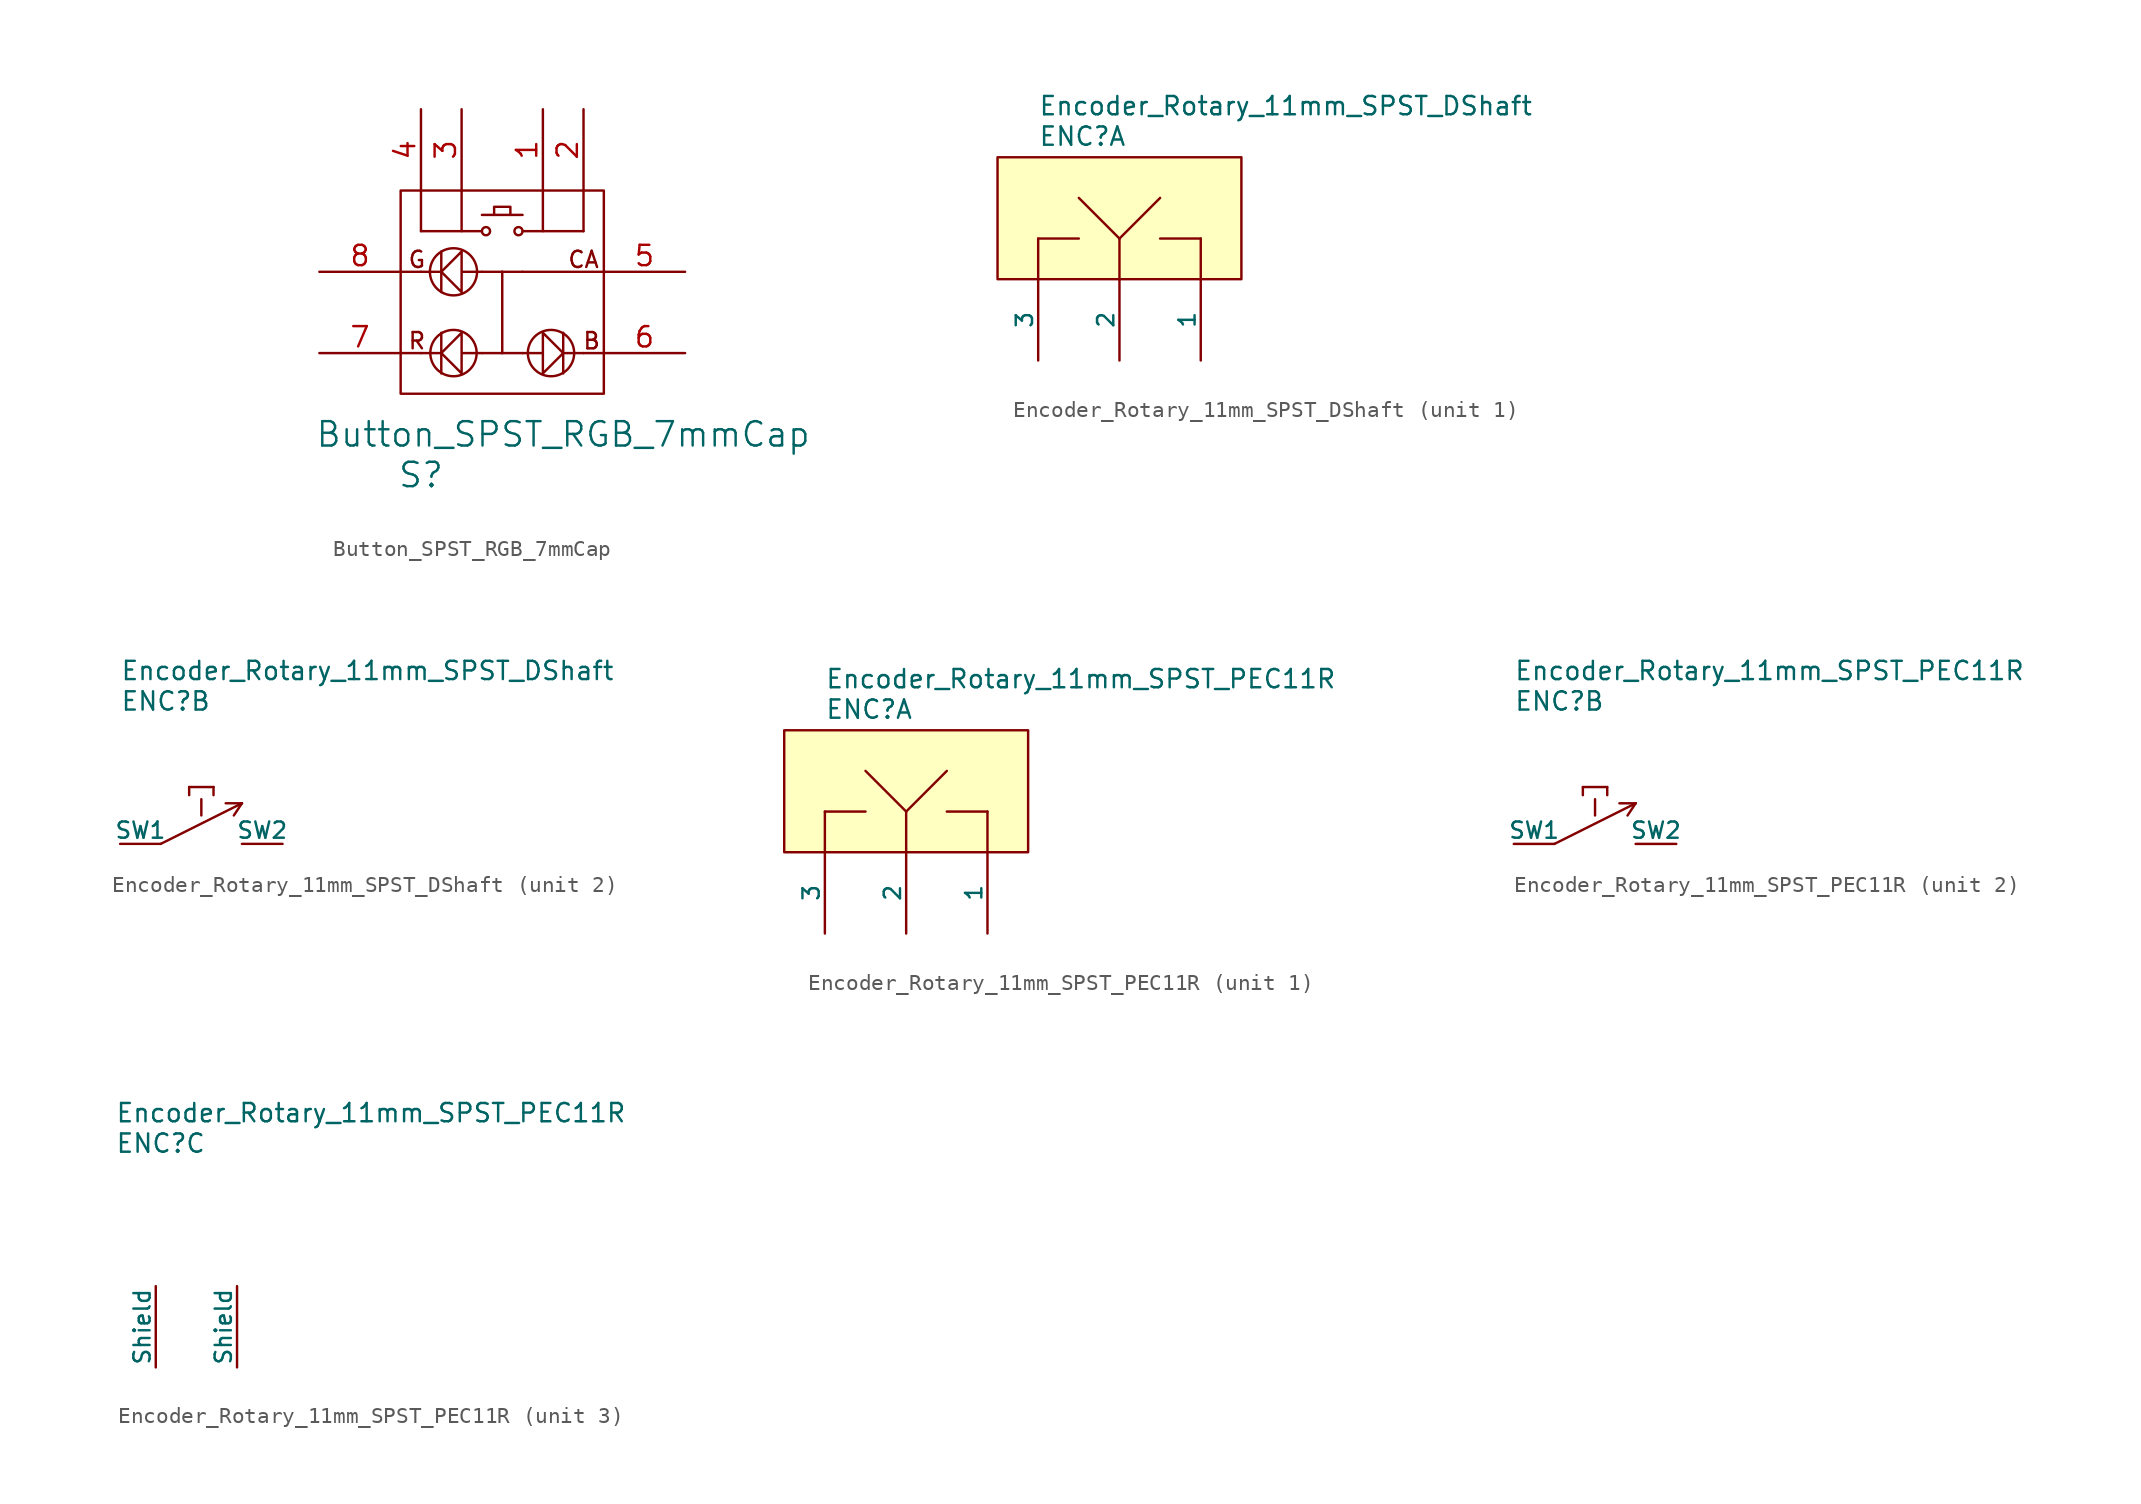
<source format=kicad_sym>
(kicad_symbol_lib
  (version 20241209)
  (generator "kicad_symbol_editor")
  (generator_version "9.0")
  (symbol "Button_SPST_RGB_7mmCap"
    (pin_names
      (offset 1.016)
      (hide yes))
    (property "Reference" "S"
      (at -5.08 -11.43 0)
      (effects (font (size 1.524 1.524))))
    (property "Value" "Button_SPST_RGB_7mmCap"
      (at 3.81 -8.89 0)
      (effects (font (size 1.524 1.524))))
    (property "Datasheet" ""
      (at -22.86 -1.27 0)
      (effects (font (size 1.524 1.524))))
    (symbol "Button_SPST_RGB_7mmCap_0_0"
      (text "G" (at -5.334 2.032 0) (effects (font (size 1.016 1.016))))
      (text "R" (at -5.334 -3.048 0) (effects (font (size 1.016 1.016))))
      (text "CA" (at 5.08 2.032 0) (effects (font (size 1.016 1.016))))
      (text "B" (at 5.588 -3.048 0) (effects (font (size 1.016 1.016)))))
    (symbol "Button_SPST_RGB_7mmCap_0_1"
      (rectangle (start -6.35 6.35) (end 6.35 -6.35) (stroke (width 0) (type default)) (fill (type none)))
      (polyline (pts (xy -5.08 6.35) (xy -5.08 3.81)) (stroke (width 0) (type default)) (fill (type none)))
      (polyline (pts (xy -5.08 3.81) (xy -1.27 3.81)) (stroke (width 0) (type default)) (fill (type none)))
      (polyline (pts (xy -5.08 1.27) (xy -6.35 1.27)) (stroke (width 0) (type default)) (fill (type none)))
      (polyline (pts (xy -5.08 -3.81) (xy -6.35 -3.81)) (stroke (width 0) (type default)) (fill (type none)))
      (polyline (pts (xy -3.81 2.54) (xy -3.81 0)) (stroke (width 0) (type default)) (fill (type none)))
      (polyline (pts (xy -3.81 1.27) (xy -5.08 1.27)) (stroke (width 0) (type default)) (fill (type none)))
      (polyline (pts (xy -3.81 -2.54) (xy -3.81 -5.08)) (stroke (width 0) (type default)) (fill (type none)))
      (polyline (pts (xy -3.81 -3.81) (xy -5.08 -3.81)) (stroke (width 0) (type default)) (fill (type none)))
      (circle (center -3.048 1.27) (radius 1.473) (stroke (width 0) (type default)) (fill (type none)))
      (circle (center -3.048 -3.81) (radius 1.448) (stroke (width 0) (type default)) (fill (type none)))
      (polyline (pts (xy -2.54 6.35) (xy -2.54 3.81)) (stroke (width 0) (type default)) (fill (type none)))
      (polyline (pts (xy -1.27 1.27) (xy 0 1.27)) (stroke (width 0) (type default)) (fill (type none)))
      (polyline (pts (xy -1.27 1.27) (xy -2.54 1.27) (xy -2.54 2.54) (xy -3.81 1.27) (xy -2.54 0) (xy -2.54 1.27)) (stroke (width 0) (type default)) (fill (type none)))
      (polyline (pts (xy -1.27 -3.81) (xy 0 -3.81)) (stroke (width 0) (type default)) (fill (type none)))
      (polyline (pts (xy -1.27 -3.81) (xy -2.54 -3.81) (xy -2.54 -2.54) (xy -3.81 -3.81) (xy -2.54 -5.08) (xy -2.54 -3.81)) (stroke (width 0) (type default)) (fill (type none)))
      (circle (center -1.016 3.81) (radius 0.254) (stroke (width 0) (type default)) (fill (type none)))
      (polyline (pts (xy -0.508 4.826) (xy -0.508 5.334) (xy 0.508 5.334) (xy 0.508 4.826)) (stroke (width 0) (type default)) (fill (type none)))
      (polyline (pts (xy 0 1.27) (xy 0 -3.81)) (stroke (width 0) (type default)) (fill (type none)))
      (circle (center 1.016 3.81) (radius 0.254) (stroke (width 0) (type default)) (fill (type none)))
      (polyline (pts (xy 1.27 4.826) (xy -1.27 4.826)) (stroke (width 0) (type default)) (fill (type none)))
      (polyline (pts (xy 1.27 1.27) (xy 0 1.27)) (stroke (width 0) (type default)) (fill (type none)))
      (polyline (pts (xy 1.27 1.27) (xy 6.35 1.27)) (stroke (width 0) (type default)) (fill (type none)))
      (polyline (pts (xy 1.27 -3.81) (xy 0 -3.81)) (stroke (width 0) (type default)) (fill (type none)))
      (polyline (pts (xy 1.27 -3.81) (xy 2.54 -3.81) (xy 2.54 -2.54) (xy 3.81 -3.81) (xy 2.54 -5.08) (xy 2.54 -3.81)) (stroke (width 0) (type default)) (fill (type none)))
      (polyline (pts (xy 2.54 6.35) (xy 2.54 3.81)) (stroke (width 0) (type default)) (fill (type none)))
      (circle (center 3.048 -3.81) (radius 1.448) (stroke (width 0) (type default)) (fill (type none)))
      (polyline (pts (xy 3.81 -2.54) (xy 3.81 -5.08)) (stroke (width 0) (type default)) (fill (type none)))
      (polyline (pts (xy 3.81 -3.81) (xy 5.08 -3.81)) (stroke (width 0) (type default)) (fill (type none)))
      (polyline (pts (xy 5.08 6.35) (xy 5.08 3.81)) (stroke (width 0) (type default)) (fill (type none)))
      (polyline (pts (xy 5.08 3.81) (xy 1.27 3.81)) (stroke (width 0) (type default)) (fill (type none)))
      (polyline (pts (xy 5.08 -3.81) (xy 6.35 -3.81)) (stroke (width 0) (type default)) (fill (type none))))
    (symbol "Button_SPST_RGB_7mmCap_1_1"
      (pin input line (at -11.43 1.27 0) (length 5.08) (name "B" (effects (font (size 1.27 1.27)))) (number "8" (effects (font (size 1.27 1.27)))))
      (pin input line (at -11.43 -3.81 0) (length 5.08) (name "R" (effects (font (size 1.27 1.27)))) (number "7" (effects (font (size 1.27 1.27)))))
      (pin input line (at -5.08 11.43 270) (length 5.08) (name "UP-B" (effects (font (size 1.27 1.27)))) (number "4" (effects (font (size 1.27 1.27)))))
      (pin input line (at -2.54 11.43 270) (length 5.08) (name "DOWN-A" (effects (font (size 1.27 1.27)))) (number "3" (effects (font (size 1.27 1.27)))))
      (pin input line (at 2.54 11.43 270) (length 5.08) (name "UP-A" (effects (font (size 1.27 1.27)))) (number "1" (effects (font (size 1.27 1.27)))))
      (pin input line (at 5.08 11.43 270) (length 5.08) (name "POLE-A" (effects (font (size 1.27 1.27)))) (number "2" (effects (font (size 1.27 1.27)))))
      (pin input line (at 11.43 1.27 180) (length 5.08) (name "CA" (effects (font (size 1.27 1.27)))) (number "5" (effects (font (size 1.27 1.27)))))
      (pin input line (at 11.43 -3.81 180) (length 5.08) (name "G" (effects (font (size 1.27 1.27)))) (number "6" (effects (font (size 1.27 1.27)))))))
  (symbol "Encoder_Rotary_11mm_SPST_DShaft"
    (pin_numbers
      (hide yes))
    (pin_names
      (offset 0))
    (property "Reference" "ENC"
      (at -5.08 8.255 0)
      (effects (font (size 1.143 1.143)) (justify left bottom)))
    (property "Value" "Encoder_Rotary_11mm_SPST_DShaft"
      (at -5.08 10.16 0)
      (effects (font (size 1.143 1.143)) (justify left bottom)))
    (property "ki_locked" ""
      (at 0 0 0)
      (effects (font (size 1.27 1.27))))
    (symbol "Encoder_Rotary_11mm_SPST_DShaft_1_0"
      (rectangle (start -7.62 7.62) (end 7.62 0) (stroke (width 0) (type default)) (fill (type background)))
      (polyline (pts (xy -5.08 2.54) (xy -2.54 2.54)) (stroke (width 0) (type default)) (fill (type none)))
      (polyline (pts (xy -5.08 0) (xy -5.08 2.54)) (stroke (width 0) (type default)) (fill (type none)))
      (polyline (pts (xy -2.54 5.08) (xy 0 2.54)) (stroke (width 0) (type default)) (fill (type none)))
      (polyline (pts (xy 0 2.54) (xy 2.54 5.08)) (stroke (width 0) (type default)) (fill (type none)))
      (polyline (pts (xy 0 0) (xy 0 2.54)) (stroke (width 0) (type default)) (fill (type none)))
      (polyline (pts (xy 5.08 2.54) (xy 2.54 2.54)) (stroke (width 0) (type default)) (fill (type none)))
      (polyline (pts (xy 5.08 0) (xy 5.08 2.54)) (stroke (width 0) (type default)) (fill (type none))))
    (symbol "Encoder_Rotary_11mm_SPST_DShaft_1_1"
      (pin passive line (at -5.08 -5.08 90) (length 5.08) (name "3" (effects (font (size 1.016 1.016)))) (number "3" (effects (font (size 1.016 1.016)))))
      (pin passive line (at 0 -5.08 90) (length 5.08) (name "2" (effects (font (size 1.016 1.016)))) (number "2" (effects (font (size 1.016 1.016)))))
      (pin passive line (at 5.08 -5.08 90) (length 5.08) (name "1" (effects (font (size 1.016 1.016)))) (number "1" (effects (font (size 1.016 1.016))))))
    (symbol "Encoder_Rotary_11mm_SPST_DShaft_2_0"
      (polyline (pts (xy -2.54 0) (xy 2.54 2.54)) (stroke (width 0) (type default)) (fill (type none)))
      (polyline (pts (xy -0.762 3.556) (xy 0.762 3.556)) (stroke (width 0) (type default)) (fill (type none)))
      (polyline (pts (xy -0.762 3.048) (xy -0.762 3.556)) (stroke (width 0) (type default)) (fill (type none)))
      (polyline (pts (xy 0 1.778) (xy 0 2.794)) (stroke (width 0) (type default)) (fill (type none)))
      (polyline (pts (xy 0.762 3.556) (xy 0.762 3.048)) (stroke (width 0) (type default)) (fill (type none)))
      (polyline (pts (xy 1.524 2.54) (xy 2.54 2.54)) (stroke (width 0) (type default)) (fill (type none)))
      (polyline (pts (xy 2.54 2.54) (xy 2.032 1.778)) (stroke (width 0) (type default)) (fill (type none))))
    (symbol "Encoder_Rotary_11mm_SPST_DShaft_2_1"
      (pin passive line (at -5.08 0 0) (length 2.54) (name "SW1" (effects (font (size 1.016 1.016)))) (number "SW1" (effects (font (size 1.016 1.016)))))
      (pin passive line (at 5.08 0 180) (length 2.54) (name "SW2" (effects (font (size 1.016 1.016)))) (number "SW2" (effects (font (size 1.016 1.016)))))))
  (symbol "Encoder_Rotary_11mm_SPST_PEC11R"
    (pin_numbers
      (hide yes))
    (pin_names
      (offset 0))
    (property "Reference" "ENC"
      (at -5.08 8.255 0)
      (effects (font (size 1.143 1.143)) (justify left bottom)))
    (property "Value" "Encoder_Rotary_11mm_SPST_PEC11R"
      (at -5.08 10.16 0)
      (effects (font (size 1.143 1.143)) (justify left bottom)))
    (property "ki_locked" ""
      (at 0 0 0)
      (effects (font (size 1.27 1.27))))
    (symbol "Encoder_Rotary_11mm_SPST_PEC11R_1_0"
      (rectangle (start -7.62 7.62) (end 7.62 0) (stroke (width 0) (type default)) (fill (type background)))
      (polyline (pts (xy -5.08 2.54) (xy -2.54 2.54)) (stroke (width 0) (type default)) (fill (type none)))
      (polyline (pts (xy -5.08 0) (xy -5.08 2.54)) (stroke (width 0) (type default)) (fill (type none)))
      (polyline (pts (xy -2.54 5.08) (xy 0 2.54)) (stroke (width 0) (type default)) (fill (type none)))
      (polyline (pts (xy 0 2.54) (xy 2.54 5.08)) (stroke (width 0) (type default)) (fill (type none)))
      (polyline (pts (xy 0 0) (xy 0 2.54)) (stroke (width 0) (type default)) (fill (type none)))
      (polyline (pts (xy 5.08 2.54) (xy 2.54 2.54)) (stroke (width 0) (type default)) (fill (type none)))
      (polyline (pts (xy 5.08 0) (xy 5.08 2.54)) (stroke (width 0) (type default)) (fill (type none))))
    (symbol "Encoder_Rotary_11mm_SPST_PEC11R_1_1"
      (pin passive line (at -5.08 -5.08 90) (length 5.08) (name "3" (effects (font (size 1.016 1.016)))) (number "3" (effects (font (size 1.016 1.016)))))
      (pin passive line (at 0 -5.08 90) (length 5.08) (name "2" (effects (font (size 1.016 1.016)))) (number "2" (effects (font (size 1.016 1.016)))))
      (pin passive line (at 5.08 -5.08 90) (length 5.08) (name "1" (effects (font (size 1.016 1.016)))) (number "1" (effects (font (size 1.016 1.016))))))
    (symbol "Encoder_Rotary_11mm_SPST_PEC11R_2_0"
      (polyline (pts (xy -2.54 0) (xy 2.54 2.54)) (stroke (width 0) (type default)) (fill (type none)))
      (polyline (pts (xy -0.762 3.556) (xy 0.762 3.556)) (stroke (width 0) (type default)) (fill (type none)))
      (polyline (pts (xy -0.762 3.048) (xy -0.762 3.556)) (stroke (width 0) (type default)) (fill (type none)))
      (polyline (pts (xy 0 1.778) (xy 0 2.794)) (stroke (width 0) (type default)) (fill (type none)))
      (polyline (pts (xy 0.762 3.556) (xy 0.762 3.048)) (stroke (width 0) (type default)) (fill (type none)))
      (polyline (pts (xy 1.524 2.54) (xy 2.54 2.54)) (stroke (width 0) (type default)) (fill (type none)))
      (polyline (pts (xy 2.54 2.54) (xy 2.032 1.778)) (stroke (width 0) (type default)) (fill (type none))))
    (symbol "Encoder_Rotary_11mm_SPST_PEC11R_2_1"
      (pin passive line (at -5.08 0 0) (length 2.54) (name "SW1" (effects (font (size 1.016 1.016)))) (number "SW1" (effects (font (size 1.016 1.016)))))
      (pin passive line (at 5.08 0 180) (length 2.54) (name "SW2" (effects (font (size 1.016 1.016)))) (number "SW2" (effects (font (size 1.016 1.016))))))
    (symbol "Encoder_Rotary_11mm_SPST_PEC11R_3_1"
      (pin passive line (at -2.54 -5.08 90) (length 5.08) (name "Shield" (effects (font (size 1.016 1.016)))) (number "SH1" (effects (font (size 1.016 1.016)))))
      (pin passive line (at 2.54 -5.08 90) (length 5.08) (name "Shield" (effects (font (size 1.016 1.016)))) (number "SH2" (effects (font (size 1.016 1.016))))))))
</source>
